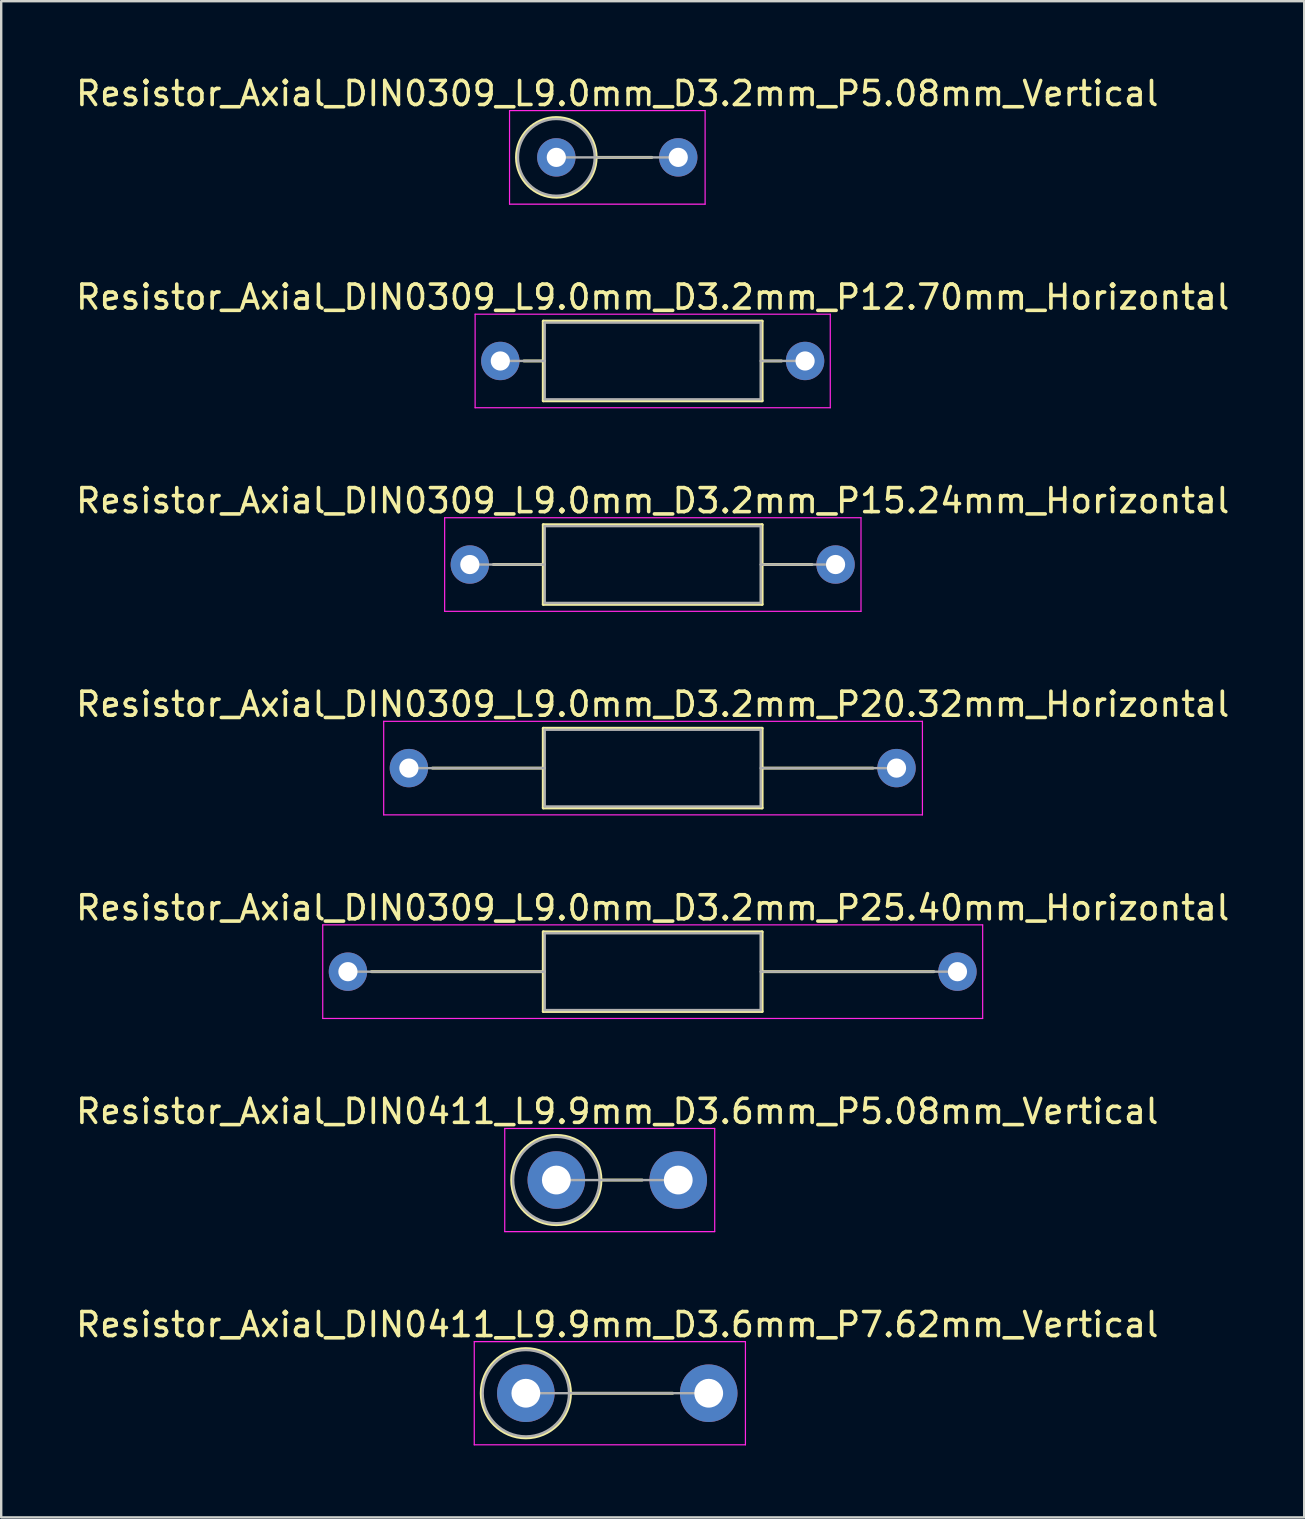
<source format=kicad_pcb>
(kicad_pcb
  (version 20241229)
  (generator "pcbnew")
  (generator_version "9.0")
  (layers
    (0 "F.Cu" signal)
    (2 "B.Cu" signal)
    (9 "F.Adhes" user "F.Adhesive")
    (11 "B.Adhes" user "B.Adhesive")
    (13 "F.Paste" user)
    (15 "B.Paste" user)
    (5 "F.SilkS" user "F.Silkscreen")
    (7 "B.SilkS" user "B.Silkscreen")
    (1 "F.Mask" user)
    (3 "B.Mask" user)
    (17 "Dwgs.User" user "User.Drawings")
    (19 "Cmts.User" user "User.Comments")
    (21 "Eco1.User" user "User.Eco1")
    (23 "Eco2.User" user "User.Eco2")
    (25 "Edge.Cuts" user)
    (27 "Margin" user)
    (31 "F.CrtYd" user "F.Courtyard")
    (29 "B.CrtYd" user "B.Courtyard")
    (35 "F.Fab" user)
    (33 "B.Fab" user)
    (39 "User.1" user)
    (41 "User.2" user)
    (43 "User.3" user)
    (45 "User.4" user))
  (footprint "Resistor_Axial_DIN0309_L9.0mm_D3.2mm_P12.70mm_Horizontal"
    (layer "F.Cu")
    (at 17.799 11.992)
    (property "Reference" "Resistor_Axial_DIN0309_L9.0mm_D3.2mm_P12.70mm_Horizontal" (at 6.35 -2.66 0) (layer "F.SilkS") (effects (font (size 1 1) (thickness 0.15))))
    (attr through_hole)
    (fp_line (start 0.98 0) (end 1.79 0) (stroke (width 0.12) (type solid)) (layer "F.SilkS"))
    (fp_line (start 1.79 -1.66) (end 1.79 1.66) (stroke (width 0.12) (type solid)) (layer "F.SilkS"))
    (fp_line (start 1.79 1.66) (end 10.91 1.66) (stroke (width 0.12) (type solid)) (layer "F.SilkS"))
    (fp_line (start 10.91 -1.66) (end 1.79 -1.66) (stroke (width 0.12) (type solid)) (layer "F.SilkS"))
    (fp_line (start 10.91 1.66) (end 10.91 -1.66) (stroke (width 0.12) (type solid)) (layer "F.SilkS"))
    (fp_line (start 11.72 0) (end 10.91 0) (stroke (width 0.12) (type solid)) (layer "F.SilkS"))
    (fp_line (start -1.05 -1.95) (end -1.05 1.95) (stroke (width 0.05) (type solid)) (layer "F.CrtYd"))
    (fp_line (start -1.05 1.95) (end 13.75 1.95) (stroke (width 0.05) (type solid)) (layer "F.CrtYd"))
    (fp_line (start 13.75 -1.95) (end -1.05 -1.95) (stroke (width 0.05) (type solid)) (layer "F.CrtYd"))
    (fp_line (start 13.75 1.95) (end 13.75 -1.95) (stroke (width 0.05) (type solid)) (layer "F.CrtYd"))
    (fp_line (start 0 0) (end 1.85 0) (stroke (width 0.1) (type solid)) (layer "F.Fab"))
    (fp_line (start 1.85 -1.6) (end 1.85 1.6) (stroke (width 0.1) (type solid)) (layer "F.Fab"))
    (fp_line (start 1.85 1.6) (end 10.85 1.6) (stroke (width 0.1) (type solid)) (layer "F.Fab"))
    (fp_line (start 10.85 -1.6) (end 1.85 -1.6) (stroke (width 0.1) (type solid)) (layer "F.Fab"))
    (fp_line (start 10.85 1.6) (end 10.85 -1.6) (stroke (width 0.1) (type solid)) (layer "F.Fab"))
    (fp_line (start 12.7 0) (end 10.85 0) (stroke (width 0.1) (type solid)) (layer "F.Fab"))
    (pad "1" thru_hole circle (at 0 0) (size 1.6 1.6) (drill 0.8) (layers "*.Cu" "*.Mask"))
    (pad "2" thru_hole oval (at 12.7 0) (size 1.6 1.6) (drill 0.8) (layers "*.Cu" "*.Mask")))
  (footprint "Resistor_Axial_DIN0309_L9.0mm_D3.2mm_P5.08mm_Vertical"
    (layer "F.Cu")
    (at 20.133 3.508)
    (property "Reference" "Resistor_Axial_DIN0309_L9.0mm_D3.2mm_P5.08mm_Vertical" (at 2.54 -2.66 0) (layer "F.SilkS") (effects (font (size 1 1) (thickness 0.15))))
    (attr through_hole)
    (fp_line (start 1.66 0) (end 3.98 0) (stroke (width 0.12) (type solid)) (layer "F.SilkS"))
    (fp_circle (center 0 0) (end 1.66 0) (stroke (width 0.12) (type solid)) (fill no) (layer "F.SilkS"))
    (fp_line (start -1.95 -1.95) (end -1.95 1.95) (stroke (width 0.05) (type solid)) (layer "F.CrtYd"))
    (fp_line (start -1.95 1.95) (end 6.2 1.95) (stroke (width 0.05) (type solid)) (layer "F.CrtYd"))
    (fp_line (start 6.2 -1.95) (end -1.95 -1.95) (stroke (width 0.05) (type solid)) (layer "F.CrtYd"))
    (fp_line (start 6.2 1.95) (end 6.2 -1.95) (stroke (width 0.05) (type solid)) (layer "F.CrtYd"))
    (fp_line (start 0 0) (end 5.08 0) (stroke (width 0.1) (type solid)) (layer "F.Fab"))
    (fp_circle (center 0 0) (end 1.6 0) (stroke (width 0.1) (type solid)) (fill no) (layer "F.Fab"))
    (pad "1" thru_hole circle (at 0 0) (size 1.6 1.6) (drill 0.8) (layers "*.Cu" "*.Mask"))
    (pad "2" thru_hole oval (at 5.08 0) (size 1.6 1.6) (drill 0.8) (layers "*.Cu" "*.Mask")))
  (footprint "Resistor_Axial_DIN0309_L9.0mm_D3.2mm_P20.32mm_Horizontal"
    (layer "F.Cu")
    (at 13.989 28.958)
    (property "Reference" "Resistor_Axial_DIN0309_L9.0mm_D3.2mm_P20.32mm_Horizontal" (at 10.16 -2.66 0) (layer "F.SilkS") (effects (font (size 1 1) (thickness 0.15))))
    (attr through_hole)
    (fp_line (start 0.98 0) (end 5.6 0) (stroke (width 0.12) (type solid)) (layer "F.SilkS"))
    (fp_line (start 5.6 -1.66) (end 5.6 1.66) (stroke (width 0.12) (type solid)) (layer "F.SilkS"))
    (fp_line (start 5.6 1.66) (end 14.72 1.66) (stroke (width 0.12) (type solid)) (layer "F.SilkS"))
    (fp_line (start 14.72 -1.66) (end 5.6 -1.66) (stroke (width 0.12) (type solid)) (layer "F.SilkS"))
    (fp_line (start 14.72 1.66) (end 14.72 -1.66) (stroke (width 0.12) (type solid)) (layer "F.SilkS"))
    (fp_line (start 19.34 0) (end 14.72 0) (stroke (width 0.12) (type solid)) (layer "F.SilkS"))
    (fp_line (start -1.05 -1.95) (end -1.05 1.95) (stroke (width 0.05) (type solid)) (layer "F.CrtYd"))
    (fp_line (start -1.05 1.95) (end 21.4 1.95) (stroke (width 0.05) (type solid)) (layer "F.CrtYd"))
    (fp_line (start 21.4 -1.95) (end -1.05 -1.95) (stroke (width 0.05) (type solid)) (layer "F.CrtYd"))
    (fp_line (start 21.4 1.95) (end 21.4 -1.95) (stroke (width 0.05) (type solid)) (layer "F.CrtYd"))
    (fp_line (start 0 0) (end 5.66 0) (stroke (width 0.1) (type solid)) (layer "F.Fab"))
    (fp_line (start 5.66 -1.6) (end 5.66 1.6) (stroke (width 0.1) (type solid)) (layer "F.Fab"))
    (fp_line (start 5.66 1.6) (end 14.66 1.6) (stroke (width 0.1) (type solid)) (layer "F.Fab"))
    (fp_line (start 14.66 -1.6) (end 5.66 -1.6) (stroke (width 0.1) (type solid)) (layer "F.Fab"))
    (fp_line (start 14.66 1.6) (end 14.66 -1.6) (stroke (width 0.1) (type solid)) (layer "F.Fab"))
    (fp_line (start 20.32 0) (end 14.66 0) (stroke (width 0.1) (type solid)) (layer "F.Fab"))
    (pad "1" thru_hole circle (at 0 0) (size 1.6 1.6) (drill 0.8) (layers "*.Cu" "*.Mask"))
    (pad "2" thru_hole oval (at 20.32 0) (size 1.6 1.6) (drill 0.8) (layers "*.Cu" "*.Mask")))
  (footprint "Resistor_Axial_DIN0309_L9.0mm_D3.2mm_P25.40mm_Horizontal"
    (layer "F.Cu")
    (at 11.449 37.441)
    (property "Reference" "Resistor_Axial_DIN0309_L9.0mm_D3.2mm_P25.40mm_Horizontal" (at 12.7 -2.66 0) (layer "F.SilkS") (effects (font (size 1 1) (thickness 0.15))))
    (attr through_hole)
    (fp_line (start 0.98 0) (end 8.14 0) (stroke (width 0.12) (type solid)) (layer "F.SilkS"))
    (fp_line (start 8.14 -1.66) (end 8.14 1.66) (stroke (width 0.12) (type solid)) (layer "F.SilkS"))
    (fp_line (start 8.14 1.66) (end 17.26 1.66) (stroke (width 0.12) (type solid)) (layer "F.SilkS"))
    (fp_line (start 17.26 -1.66) (end 8.14 -1.66) (stroke (width 0.12) (type solid)) (layer "F.SilkS"))
    (fp_line (start 17.26 1.66) (end 17.26 -1.66) (stroke (width 0.12) (type solid)) (layer "F.SilkS"))
    (fp_line (start 24.42 0) (end 17.26 0) (stroke (width 0.12) (type solid)) (layer "F.SilkS"))
    (fp_line (start -1.05 -1.95) (end -1.05 1.95) (stroke (width 0.05) (type solid)) (layer "F.CrtYd"))
    (fp_line (start -1.05 1.95) (end 26.45 1.95) (stroke (width 0.05) (type solid)) (layer "F.CrtYd"))
    (fp_line (start 26.45 -1.95) (end -1.05 -1.95) (stroke (width 0.05) (type solid)) (layer "F.CrtYd"))
    (fp_line (start 26.45 1.95) (end 26.45 -1.95) (stroke (width 0.05) (type solid)) (layer "F.CrtYd"))
    (fp_line (start 0 0) (end 8.2 0) (stroke (width 0.1) (type solid)) (layer "F.Fab"))
    (fp_line (start 8.2 -1.6) (end 8.2 1.6) (stroke (width 0.1) (type solid)) (layer "F.Fab"))
    (fp_line (start 8.2 1.6) (end 17.2 1.6) (stroke (width 0.1) (type solid)) (layer "F.Fab"))
    (fp_line (start 17.2 -1.6) (end 8.2 -1.6) (stroke (width 0.1) (type solid)) (layer "F.Fab"))
    (fp_line (start 17.2 1.6) (end 17.2 -1.6) (stroke (width 0.1) (type solid)) (layer "F.Fab"))
    (fp_line (start 25.4 0) (end 17.2 0) (stroke (width 0.1) (type solid)) (layer "F.Fab"))
    (pad "1" thru_hole circle (at 0 0) (size 1.6 1.6) (drill 0.8) (layers "*.Cu" "*.Mask"))
    (pad "2" thru_hole oval (at 25.4 0) (size 1.6 1.6) (drill 0.8) (layers "*.Cu" "*.Mask")))
  (footprint "Resistor_Axial_DIN0309_L9.0mm_D3.2mm_P15.24mm_Horizontal"
    (layer "F.Cu")
    (at 16.529 20.475)
    (property "Reference" "Resistor_Axial_DIN0309_L9.0mm_D3.2mm_P15.24mm_Horizontal" (at 7.62 -2.66 0) (layer "F.SilkS") (effects (font (size 1 1) (thickness 0.15))))
    (attr through_hole)
    (fp_line (start 0.98 0) (end 3.06 0) (stroke (width 0.12) (type solid)) (layer "F.SilkS"))
    (fp_line (start 3.06 -1.66) (end 3.06 1.66) (stroke (width 0.12) (type solid)) (layer "F.SilkS"))
    (fp_line (start 3.06 1.66) (end 12.18 1.66) (stroke (width 0.12) (type solid)) (layer "F.SilkS"))
    (fp_line (start 12.18 -1.66) (end 3.06 -1.66) (stroke (width 0.12) (type solid)) (layer "F.SilkS"))
    (fp_line (start 12.18 1.66) (end 12.18 -1.66) (stroke (width 0.12) (type solid)) (layer "F.SilkS"))
    (fp_line (start 14.26 0) (end 12.18 0) (stroke (width 0.12) (type solid)) (layer "F.SilkS"))
    (fp_line (start -1.05 -1.95) (end -1.05 1.95) (stroke (width 0.05) (type solid)) (layer "F.CrtYd"))
    (fp_line (start -1.05 1.95) (end 16.3 1.95) (stroke (width 0.05) (type solid)) (layer "F.CrtYd"))
    (fp_line (start 16.3 -1.95) (end -1.05 -1.95) (stroke (width 0.05) (type solid)) (layer "F.CrtYd"))
    (fp_line (start 16.3 1.95) (end 16.3 -1.95) (stroke (width 0.05) (type solid)) (layer "F.CrtYd"))
    (fp_line (start 0 0) (end 3.12 0) (stroke (width 0.1) (type solid)) (layer "F.Fab"))
    (fp_line (start 3.12 -1.6) (end 3.12 1.6) (stroke (width 0.1) (type solid)) (layer "F.Fab"))
    (fp_line (start 3.12 1.6) (end 12.12 1.6) (stroke (width 0.1) (type solid)) (layer "F.Fab"))
    (fp_line (start 12.12 -1.6) (end 3.12 -1.6) (stroke (width 0.1) (type solid)) (layer "F.Fab"))
    (fp_line (start 12.12 1.6) (end 12.12 -1.6) (stroke (width 0.1) (type solid)) (layer "F.Fab"))
    (fp_line (start 15.24 0) (end 12.12 0) (stroke (width 0.1) (type solid)) (layer "F.Fab"))
    (pad "1" thru_hole circle (at 0 0) (size 1.6 1.6) (drill 0.8) (layers "*.Cu" "*.Mask"))
    (pad "2" thru_hole oval (at 15.24 0) (size 1.6 1.6) (drill 0.8) (layers "*.Cu" "*.Mask")))
  (footprint "Resistor_Axial_DIN0411_L9.9mm_D3.6mm_P5.08mm_Vertical"
    (layer "F.Cu")
    (at 20.133 46.124)
    (property "Reference" "Resistor_Axial_DIN0411_L9.9mm_D3.6mm_P5.08mm_Vertical" (at 2.54 -2.86 0) (layer "F.SilkS") (effects (font (size 1 1) (thickness 0.15))))
    (attr through_hole)
    (fp_line (start 1.86 0) (end 3.58 0) (stroke (width 0.12) (type solid)) (layer "F.SilkS"))
    (fp_circle (center 0 0) (end 1.86 0) (stroke (width 0.12) (type solid)) (fill no) (layer "F.SilkS"))
    (fp_line (start -2.15 -2.15) (end -2.15 2.15) (stroke (width 0.05) (type solid)) (layer "F.CrtYd"))
    (fp_line (start -2.15 2.15) (end 6.6 2.15) (stroke (width 0.05) (type solid)) (layer "F.CrtYd"))
    (fp_line (start 6.6 -2.15) (end -2.15 -2.15) (stroke (width 0.05) (type solid)) (layer "F.CrtYd"))
    (fp_line (start 6.6 2.15) (end 6.6 -2.15) (stroke (width 0.05) (type solid)) (layer "F.CrtYd"))
    (fp_line (start 0 0) (end 5.08 0) (stroke (width 0.1) (type solid)) (layer "F.Fab"))
    (fp_circle (center 0 0) (end 1.8 0) (stroke (width 0.1) (type solid)) (fill no) (layer "F.Fab"))
    (pad "1" thru_hole circle (at 0 0) (size 2.4 2.4) (drill 1.2) (layers "*.Cu" "*.Mask"))
    (pad "2" thru_hole oval (at 5.08 0) (size 2.4 2.4) (drill 1.2) (layers "*.Cu" "*.Mask")))
  (footprint "Resistor_Axial_DIN0411_L9.9mm_D3.6mm_P7.62mm_Vertical"
    (layer "F.Cu")
    (at 18.863 55.008)
    (property "Reference" "Resistor_Axial_DIN0411_L9.9mm_D3.6mm_P7.62mm_Vertical" (at 3.81 -2.86 0) (layer "F.SilkS") (effects (font (size 1 1) (thickness 0.15))))
    (attr through_hole)
    (fp_line (start 1.86 0) (end 6.12 0) (stroke (width 0.12) (type solid)) (layer "F.SilkS"))
    (fp_circle (center 0 0) (end 1.86 0) (stroke (width 0.12) (type solid)) (fill no) (layer "F.SilkS"))
    (fp_line (start -2.15 -2.15) (end -2.15 2.15) (stroke (width 0.05) (type solid)) (layer "F.CrtYd"))
    (fp_line (start -2.15 2.15) (end 9.15 2.15) (stroke (width 0.05) (type solid)) (layer "F.CrtYd"))
    (fp_line (start 9.15 -2.15) (end -2.15 -2.15) (stroke (width 0.05) (type solid)) (layer "F.CrtYd"))
    (fp_line (start 9.15 2.15) (end 9.15 -2.15) (stroke (width 0.05) (type solid)) (layer "F.CrtYd"))
    (fp_line (start 0 0) (end 7.62 0) (stroke (width 0.1) (type solid)) (layer "F.Fab"))
    (fp_circle (center 0 0) (end 1.8 0) (stroke (width 0.1) (type solid)) (fill no) (layer "F.Fab"))
    (pad "1" thru_hole circle (at 0 0) (size 2.4 2.4) (drill 1.2) (layers "*.Cu" "*.Mask"))
    (pad "2" thru_hole oval (at 7.62 0) (size 2.4 2.4) (drill 1.2) (layers "*.Cu" "*.Mask")))
  (gr_rect
    (start -3 -3)
    (end 51.298 60.183)
    (stroke (width 0.1) (type default))
    (fill no)
    (layer "Edge.Cuts")))
</source>
